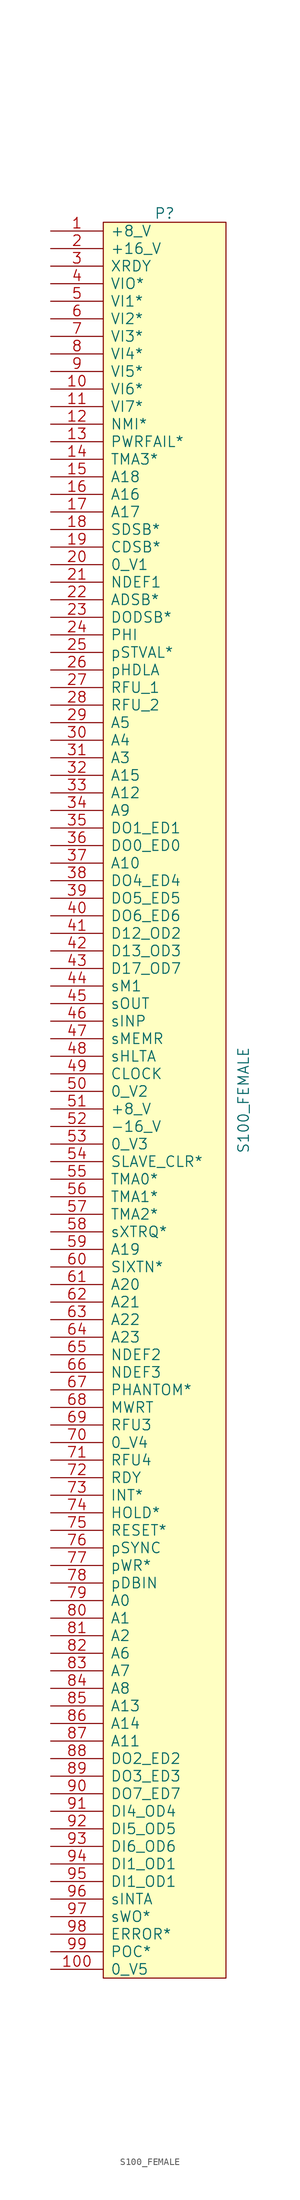
<source format=kicad_sym>
(kicad_symbol_lib
  (version 20211014)
  (generator kicad_symbol_editor)
  (symbol "S100_FEMALE"
    (pin_names
      (offset 1.016))
    (property "Reference" "P"
      (at 0 128.27 0)
      (effects (font (size 1.524 1.524))))
    (property "Value" "S100_FEMALE"
      (at 11.43 0 90)
      (effects (font (size 1.524 1.524))))
    (symbol "S100_FEMALE_0_1"
      (rectangle (start -8.89 127) (end 8.89 -127) (stroke (width 0) (type default) (color 0 0 0 0)) (fill (type background))))
    (symbol "S100_FEMALE_1_1"
      (pin power_in line (at -16.51 125.73 0) (length 7.62) (name "+8_V" (effects (font (size 1.524 1.524)))) (number "1" (effects (font (size 1.524 1.524)))))
      (pin bidirectional line (at -16.51 102.87 0) (length 7.62) (name "VI6*" (effects (font (size 1.524 1.524)))) (number "10" (effects (font (size 1.524 1.524)))))
      (pin power_in line (at -16.51 -125.73 0) (length 7.62) (name "0_V5" (effects (font (size 1.524 1.524)))) (number "100" (effects (font (size 1.524 1.524)))))
      (pin bidirectional line (at -16.51 100.33 0) (length 7.62) (name "VI7*" (effects (font (size 1.524 1.524)))) (number "11" (effects (font (size 1.524 1.524)))))
      (pin bidirectional line (at -16.51 97.79 0) (length 7.62) (name "NMI*" (effects (font (size 1.524 1.524)))) (number "12" (effects (font (size 1.524 1.524)))))
      (pin bidirectional line (at -16.51 95.25 0) (length 7.62) (name "PWRFAIL*" (effects (font (size 1.524 1.524)))) (number "13" (effects (font (size 1.524 1.524)))))
      (pin bidirectional line (at -16.51 92.71 0) (length 7.62) (name "TMA3*" (effects (font (size 1.524 1.524)))) (number "14" (effects (font (size 1.524 1.524)))))
      (pin bidirectional line (at -16.51 90.17 0) (length 7.62) (name "A18" (effects (font (size 1.524 1.524)))) (number "15" (effects (font (size 1.524 1.524)))))
      (pin bidirectional line (at -16.51 87.63 0) (length 7.62) (name "A16" (effects (font (size 1.524 1.524)))) (number "16" (effects (font (size 1.524 1.524)))))
      (pin bidirectional line (at -16.51 85.09 0) (length 7.62) (name "A17" (effects (font (size 1.524 1.524)))) (number "17" (effects (font (size 1.524 1.524)))))
      (pin bidirectional line (at -16.51 82.55 0) (length 7.62) (name "SDSB*" (effects (font (size 1.524 1.524)))) (number "18" (effects (font (size 1.524 1.524)))))
      (pin bidirectional line (at -16.51 80.01 0) (length 7.62) (name "CDSB*" (effects (font (size 1.524 1.524)))) (number "19" (effects (font (size 1.524 1.524)))))
      (pin power_in line (at -16.51 123.19 0) (length 7.62) (name "+16_V" (effects (font (size 1.524 1.524)))) (number "2" (effects (font (size 1.524 1.524)))))
      (pin bidirectional line (at -16.51 77.47 0) (length 7.62) (name "0_V1" (effects (font (size 1.524 1.524)))) (number "20" (effects (font (size 1.524 1.524)))))
      (pin bidirectional line (at -16.51 74.93 0) (length 7.62) (name "NDEF1" (effects (font (size 1.524 1.524)))) (number "21" (effects (font (size 1.524 1.524)))))
      (pin bidirectional line (at -16.51 72.39 0) (length 7.62) (name "ADSB*" (effects (font (size 1.524 1.524)))) (number "22" (effects (font (size 1.524 1.524)))))
      (pin bidirectional line (at -16.51 69.85 0) (length 7.62) (name "DODSB*" (effects (font (size 1.524 1.524)))) (number "23" (effects (font (size 1.524 1.524)))))
      (pin bidirectional line (at -16.51 67.31 0) (length 7.62) (name "PHI" (effects (font (size 1.524 1.524)))) (number "24" (effects (font (size 1.524 1.524)))))
      (pin bidirectional line (at -16.51 64.77 0) (length 7.62) (name "pSTVAL*" (effects (font (size 1.524 1.524)))) (number "25" (effects (font (size 1.524 1.524)))))
      (pin bidirectional line (at -16.51 62.23 0) (length 7.62) (name "pHDLA" (effects (font (size 1.524 1.524)))) (number "26" (effects (font (size 1.524 1.524)))))
      (pin bidirectional line (at -16.51 59.69 0) (length 7.62) (name "RFU_1" (effects (font (size 1.524 1.524)))) (number "27" (effects (font (size 1.524 1.524)))))
      (pin bidirectional line (at -16.51 57.15 0) (length 7.62) (name "RFU_2" (effects (font (size 1.524 1.524)))) (number "28" (effects (font (size 1.524 1.524)))))
      (pin bidirectional line (at -16.51 54.61 0) (length 7.62) (name "A5" (effects (font (size 1.524 1.524)))) (number "29" (effects (font (size 1.524 1.524)))))
      (pin bidirectional line (at -16.51 120.65 0) (length 7.62) (name "XRDY" (effects (font (size 1.524 1.524)))) (number "3" (effects (font (size 1.524 1.524)))))
      (pin bidirectional line (at -16.51 52.07 0) (length 7.62) (name "A4" (effects (font (size 1.524 1.524)))) (number "30" (effects (font (size 1.524 1.524)))))
      (pin bidirectional line (at -16.51 49.53 0) (length 7.62) (name "A3" (effects (font (size 1.524 1.524)))) (number "31" (effects (font (size 1.524 1.524)))))
      (pin bidirectional line (at -16.51 46.99 0) (length 7.62) (name "A15" (effects (font (size 1.524 1.524)))) (number "32" (effects (font (size 1.524 1.524)))))
      (pin bidirectional line (at -16.51 44.45 0) (length 7.62) (name "A12" (effects (font (size 1.524 1.524)))) (number "33" (effects (font (size 1.524 1.524)))))
      (pin bidirectional line (at -16.51 41.91 0) (length 7.62) (name "A9" (effects (font (size 1.524 1.524)))) (number "34" (effects (font (size 1.524 1.524)))))
      (pin bidirectional line (at -16.51 39.37 0) (length 7.62) (name "DO1_ED1" (effects (font (size 1.524 1.524)))) (number "35" (effects (font (size 1.524 1.524)))))
      (pin bidirectional line (at -16.51 36.83 0) (length 7.62) (name "DO0_ED0" (effects (font (size 1.524 1.524)))) (number "36" (effects (font (size 1.524 1.524)))))
      (pin bidirectional line (at -16.51 34.29 0) (length 7.62) (name "A10" (effects (font (size 1.524 1.524)))) (number "37" (effects (font (size 1.524 1.524)))))
      (pin bidirectional line (at -16.51 31.75 0) (length 7.62) (name "DO4_ED4" (effects (font (size 1.524 1.524)))) (number "38" (effects (font (size 1.524 1.524)))))
      (pin bidirectional line (at -16.51 29.21 0) (length 7.62) (name "DO5_ED5" (effects (font (size 1.524 1.524)))) (number "39" (effects (font (size 1.524 1.524)))))
      (pin bidirectional line (at -16.51 118.11 0) (length 7.62) (name "VIO*" (effects (font (size 1.524 1.524)))) (number "4" (effects (font (size 1.524 1.524)))))
      (pin bidirectional line (at -16.51 26.67 0) (length 7.62) (name "DO6_ED6" (effects (font (size 1.524 1.524)))) (number "40" (effects (font (size 1.524 1.524)))))
      (pin bidirectional line (at -16.51 24.13 0) (length 7.62) (name "D12_OD2" (effects (font (size 1.524 1.524)))) (number "41" (effects (font (size 1.524 1.524)))))
      (pin bidirectional line (at -16.51 21.59 0) (length 7.62) (name "D13_OD3" (effects (font (size 1.524 1.524)))) (number "42" (effects (font (size 1.524 1.524)))))
      (pin bidirectional line (at -16.51 19.05 0) (length 7.62) (name "D17_OD7" (effects (font (size 1.524 1.524)))) (number "43" (effects (font (size 1.524 1.524)))))
      (pin bidirectional line (at -16.51 16.51 0) (length 7.62) (name "sM1" (effects (font (size 1.524 1.524)))) (number "44" (effects (font (size 1.524 1.524)))))
      (pin bidirectional line (at -16.51 13.97 0) (length 7.62) (name "sOUT" (effects (font (size 1.524 1.524)))) (number "45" (effects (font (size 1.524 1.524)))))
      (pin bidirectional line (at -16.51 11.43 0) (length 7.62) (name "sINP" (effects (font (size 1.524 1.524)))) (number "46" (effects (font (size 1.524 1.524)))))
      (pin bidirectional line (at -16.51 8.89 0) (length 7.62) (name "sMEMR" (effects (font (size 1.524 1.524)))) (number "47" (effects (font (size 1.524 1.524)))))
      (pin bidirectional line (at -16.51 6.35 0) (length 7.62) (name "sHLTA" (effects (font (size 1.524 1.524)))) (number "48" (effects (font (size 1.524 1.524)))))
      (pin bidirectional line (at -16.51 3.81 0) (length 7.62) (name "CLOCK" (effects (font (size 1.524 1.524)))) (number "49" (effects (font (size 1.524 1.524)))))
      (pin bidirectional line (at -16.51 115.57 0) (length 7.62) (name "VI1*" (effects (font (size 1.524 1.524)))) (number "5" (effects (font (size 1.524 1.524)))))
      (pin power_in line (at -16.51 1.27 0) (length 7.62) (name "0_V2" (effects (font (size 1.524 1.524)))) (number "50" (effects (font (size 1.524 1.524)))))
      (pin power_in line (at -16.51 -1.27 0) (length 7.62) (name "+8_V" (effects (font (size 1.524 1.524)))) (number "51" (effects (font (size 1.524 1.524)))))
      (pin power_in line (at -16.51 -3.81 0) (length 7.62) (name "-16_V" (effects (font (size 1.524 1.524)))) (number "52" (effects (font (size 1.524 1.524)))))
      (pin bidirectional line (at -16.51 -6.35 0) (length 7.62) (name "0_V3" (effects (font (size 1.524 1.524)))) (number "53" (effects (font (size 1.524 1.524)))))
      (pin bidirectional line (at -16.51 -8.89 0) (length 7.62) (name "SLAVE_CLR*" (effects (font (size 1.524 1.524)))) (number "54" (effects (font (size 1.524 1.524)))))
      (pin bidirectional line (at -16.51 -11.43 0) (length 7.62) (name "TMA0*" (effects (font (size 1.524 1.524)))) (number "55" (effects (font (size 1.524 1.524)))))
      (pin bidirectional line (at -16.51 -13.97 0) (length 7.62) (name "TMA1*" (effects (font (size 1.524 1.524)))) (number "56" (effects (font (size 1.524 1.524)))))
      (pin bidirectional line (at -16.51 -16.51 0) (length 7.62) (name "TMA2*" (effects (font (size 1.524 1.524)))) (number "57" (effects (font (size 1.524 1.524)))))
      (pin bidirectional line (at -16.51 -19.05 0) (length 7.62) (name "sXTRQ*" (effects (font (size 1.524 1.524)))) (number "58" (effects (font (size 1.524 1.524)))))
      (pin bidirectional line (at -16.51 -21.59 0) (length 7.62) (name "A19" (effects (font (size 1.524 1.524)))) (number "59" (effects (font (size 1.524 1.524)))))
      (pin bidirectional line (at -16.51 113.03 0) (length 7.62) (name "VI2*" (effects (font (size 1.524 1.524)))) (number "6" (effects (font (size 1.524 1.524)))))
      (pin bidirectional line (at -16.51 -24.13 0) (length 7.62) (name "SIXTN*" (effects (font (size 1.524 1.524)))) (number "60" (effects (font (size 1.524 1.524)))))
      (pin bidirectional line (at -16.51 -26.67 0) (length 7.62) (name "A20" (effects (font (size 1.524 1.524)))) (number "61" (effects (font (size 1.524 1.524)))))
      (pin bidirectional line (at -16.51 -29.21 0) (length 7.62) (name "A21" (effects (font (size 1.524 1.524)))) (number "62" (effects (font (size 1.524 1.524)))))
      (pin bidirectional line (at -16.51 -31.75 0) (length 7.62) (name "A22" (effects (font (size 1.524 1.524)))) (number "63" (effects (font (size 1.524 1.524)))))
      (pin bidirectional line (at -16.51 -34.29 0) (length 7.62) (name "A23" (effects (font (size 1.524 1.524)))) (number "64" (effects (font (size 1.524 1.524)))))
      (pin bidirectional line (at -16.51 -36.83 0) (length 7.62) (name "NDEF2" (effects (font (size 1.524 1.524)))) (number "65" (effects (font (size 1.524 1.524)))))
      (pin bidirectional line (at -16.51 -39.37 0) (length 7.62) (name "NDEF3" (effects (font (size 1.524 1.524)))) (number "66" (effects (font (size 1.524 1.524)))))
      (pin bidirectional line (at -16.51 -41.91 0) (length 7.62) (name "PHANTOM*" (effects (font (size 1.524 1.524)))) (number "67" (effects (font (size 1.524 1.524)))))
      (pin bidirectional line (at -16.51 -44.45 0) (length 7.62) (name "MWRT" (effects (font (size 1.524 1.524)))) (number "68" (effects (font (size 1.524 1.524)))))
      (pin bidirectional line (at -16.51 -46.99 0) (length 7.62) (name "RFU3" (effects (font (size 1.524 1.524)))) (number "69" (effects (font (size 1.524 1.524)))))
      (pin bidirectional line (at -16.51 110.49 0) (length 7.62) (name "VI3*" (effects (font (size 1.524 1.524)))) (number "7" (effects (font (size 1.524 1.524)))))
      (pin bidirectional line (at -16.51 -49.53 0) (length 7.62) (name "0_V4" (effects (font (size 1.524 1.524)))) (number "70" (effects (font (size 1.524 1.524)))))
      (pin bidirectional line (at -16.51 -52.07 0) (length 7.62) (name "RFU4" (effects (font (size 1.524 1.524)))) (number "71" (effects (font (size 1.524 1.524)))))
      (pin bidirectional line (at -16.51 -54.61 0) (length 7.62) (name "RDY" (effects (font (size 1.524 1.524)))) (number "72" (effects (font (size 1.524 1.524)))))
      (pin bidirectional line (at -16.51 -57.15 0) (length 7.62) (name "INT*" (effects (font (size 1.524 1.524)))) (number "73" (effects (font (size 1.524 1.524)))))
      (pin bidirectional line (at -16.51 -59.69 0) (length 7.62) (name "HOLD*" (effects (font (size 1.524 1.524)))) (number "74" (effects (font (size 1.524 1.524)))))
      (pin bidirectional line (at -16.51 -62.23 0) (length 7.62) (name "RESET*" (effects (font (size 1.524 1.524)))) (number "75" (effects (font (size 1.524 1.524)))))
      (pin bidirectional line (at -16.51 -64.77 0) (length 7.62) (name "pSYNC" (effects (font (size 1.524 1.524)))) (number "76" (effects (font (size 1.524 1.524)))))
      (pin bidirectional line (at -16.51 -67.31 0) (length 7.62) (name "pWR*" (effects (font (size 1.524 1.524)))) (number "77" (effects (font (size 1.524 1.524)))))
      (pin bidirectional line (at -16.51 -69.85 0) (length 7.62) (name "pDBIN" (effects (font (size 1.524 1.524)))) (number "78" (effects (font (size 1.524 1.524)))))
      (pin bidirectional line (at -16.51 -72.39 0) (length 7.62) (name "A0" (effects (font (size 1.524 1.524)))) (number "79" (effects (font (size 1.524 1.524)))))
      (pin bidirectional line (at -16.51 107.95 0) (length 7.62) (name "VI4*" (effects (font (size 1.524 1.524)))) (number "8" (effects (font (size 1.524 1.524)))))
      (pin bidirectional line (at -16.51 -74.93 0) (length 7.62) (name "A1" (effects (font (size 1.524 1.524)))) (number "80" (effects (font (size 1.524 1.524)))))
      (pin bidirectional line (at -16.51 -77.47 0) (length 7.62) (name "A2" (effects (font (size 1.524 1.524)))) (number "81" (effects (font (size 1.524 1.524)))))
      (pin bidirectional line (at -16.51 -80.01 0) (length 7.62) (name "A6" (effects (font (size 1.524 1.524)))) (number "82" (effects (font (size 1.524 1.524)))))
      (pin bidirectional line (at -16.51 -82.55 0) (length 7.62) (name "A7" (effects (font (size 1.524 1.524)))) (number "83" (effects (font (size 1.524 1.524)))))
      (pin bidirectional line (at -16.51 -85.09 0) (length 7.62) (name "A8" (effects (font (size 1.524 1.524)))) (number "84" (effects (font (size 1.524 1.524)))))
      (pin bidirectional line (at -16.51 -87.63 0) (length 7.62) (name "A13" (effects (font (size 1.524 1.524)))) (number "85" (effects (font (size 1.524 1.524)))))
      (pin bidirectional line (at -16.51 -90.17 0) (length 7.62) (name "A14" (effects (font (size 1.524 1.524)))) (number "86" (effects (font (size 1.524 1.524)))))
      (pin bidirectional line (at -16.51 -92.71 0) (length 7.62) (name "A11" (effects (font (size 1.524 1.524)))) (number "87" (effects (font (size 1.524 1.524)))))
      (pin bidirectional line (at -16.51 -95.25 0) (length 7.62) (name "DO2_ED2" (effects (font (size 1.524 1.524)))) (number "88" (effects (font (size 1.524 1.524)))))
      (pin bidirectional line (at -16.51 -97.79 0) (length 7.62) (name "DO3_ED3" (effects (font (size 1.524 1.524)))) (number "89" (effects (font (size 1.524 1.524)))))
      (pin bidirectional line (at -16.51 105.41 0) (length 7.62) (name "VI5*" (effects (font (size 1.524 1.524)))) (number "9" (effects (font (size 1.524 1.524)))))
      (pin bidirectional line (at -16.51 -100.33 0) (length 7.62) (name "DO7_ED7" (effects (font (size 1.524 1.524)))) (number "90" (effects (font (size 1.524 1.524)))))
      (pin bidirectional line (at -16.51 -102.87 0) (length 7.62) (name "DI4_OD4" (effects (font (size 1.524 1.524)))) (number "91" (effects (font (size 1.524 1.524)))))
      (pin bidirectional line (at -16.51 -105.41 0) (length 7.62) (name "DI5_OD5" (effects (font (size 1.524 1.524)))) (number "92" (effects (font (size 1.524 1.524)))))
      (pin bidirectional line (at -16.51 -107.95 0) (length 7.62) (name "DI6_OD6" (effects (font (size 1.524 1.524)))) (number "93" (effects (font (size 1.524 1.524)))))
      (pin bidirectional line (at -16.51 -110.49 0) (length 7.62) (name "DI1_OD1" (effects (font (size 1.524 1.524)))) (number "94" (effects (font (size 1.524 1.524)))))
      (pin bidirectional line (at -16.51 -113.03 0) (length 7.62) (name "DI1_OD1" (effects (font (size 1.524 1.524)))) (number "95" (effects (font (size 1.524 1.524)))))
      (pin bidirectional line (at -16.51 -115.57 0) (length 7.62) (name "sINTA" (effects (font (size 1.524 1.524)))) (number "96" (effects (font (size 1.524 1.524)))))
      (pin bidirectional line (at -16.51 -118.11 0) (length 7.62) (name "sWO*" (effects (font (size 1.524 1.524)))) (number "97" (effects (font (size 1.524 1.524)))))
      (pin bidirectional line (at -16.51 -120.65 0) (length 7.62) (name "ERROR*" (effects (font (size 1.524 1.524)))) (number "98" (effects (font (size 1.524 1.524)))))
      (pin bidirectional line (at -16.51 -123.19 0) (length 7.62) (name "POC*" (effects (font (size 1.524 1.524)))) (number "99" (effects (font (size 1.524 1.524))))))))
</source>
